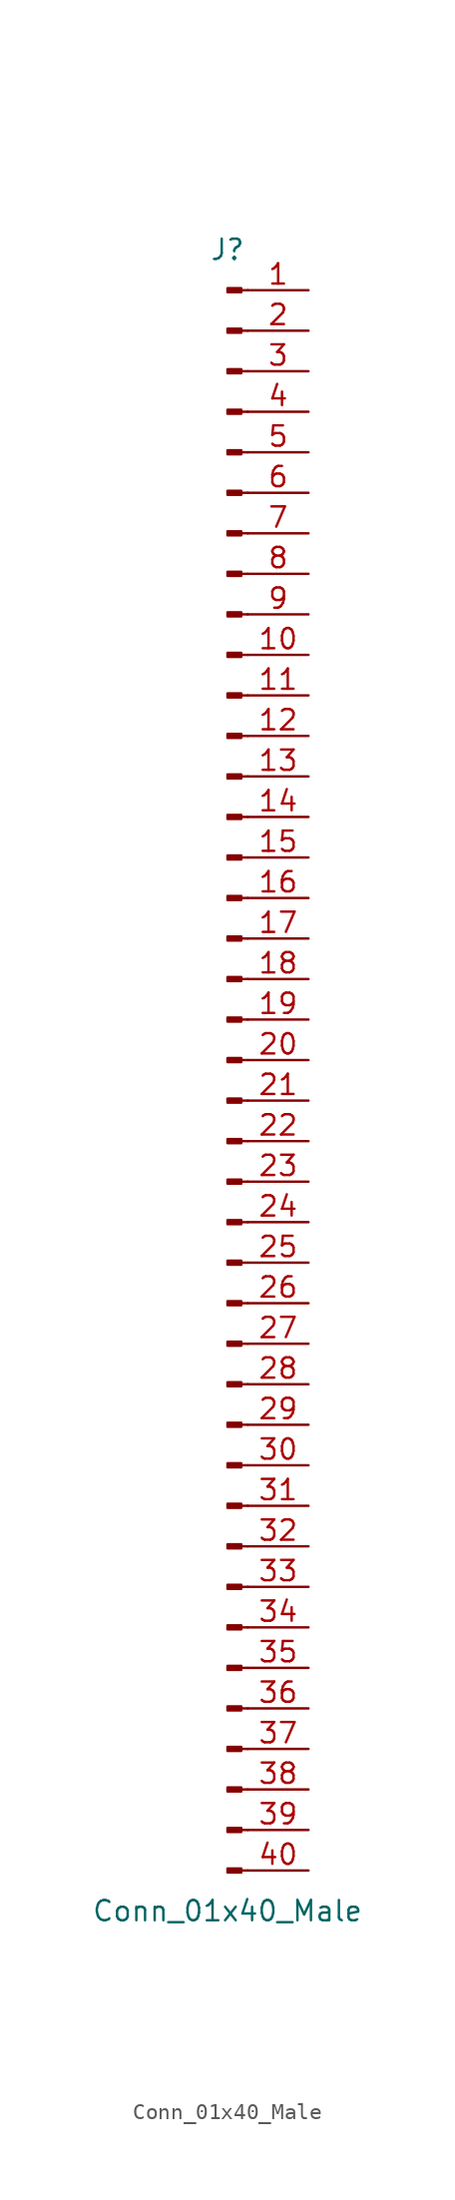
<source format=kicad_sym>
(kicad_symbol_lib
  (version 20220914)
  (generator kicad_symbol_editor)
  (symbol "Conn_01x40_Male"
    (pin_names
      (offset 1.016) hide)
    (property "Reference" "J"
      (at 0 50.8 0)
      (effects (font (size 1.27 1.27))))
    (property "Value" "Conn_01x40_Male"
      (at 0 -53.34 0)
      (effects (font (size 1.27 1.27))))
    (symbol "Conn_01x40_Male_1_1"
      (polyline (pts (xy 1.27 -50.8) (xy 0.864 -50.8)) (stroke (width 0.152) (type solid)) (fill (type none)))
      (polyline (pts (xy 1.27 -48.26) (xy 0.864 -48.26)) (stroke (width 0.152) (type solid)) (fill (type none)))
      (polyline (pts (xy 1.27 -45.72) (xy 0.864 -45.72)) (stroke (width 0.152) (type solid)) (fill (type none)))
      (polyline (pts (xy 1.27 -43.18) (xy 0.864 -43.18)) (stroke (width 0.152) (type solid)) (fill (type none)))
      (polyline (pts (xy 1.27 -40.64) (xy 0.864 -40.64)) (stroke (width 0.152) (type solid)) (fill (type none)))
      (polyline (pts (xy 1.27 -38.1) (xy 0.864 -38.1)) (stroke (width 0.152) (type solid)) (fill (type none)))
      (polyline (pts (xy 1.27 -35.56) (xy 0.864 -35.56)) (stroke (width 0.152) (type solid)) (fill (type none)))
      (polyline (pts (xy 1.27 -33.02) (xy 0.864 -33.02)) (stroke (width 0.152) (type solid)) (fill (type none)))
      (polyline (pts (xy 1.27 -30.48) (xy 0.864 -30.48)) (stroke (width 0.152) (type solid)) (fill (type none)))
      (polyline (pts (xy 1.27 -27.94) (xy 0.864 -27.94)) (stroke (width 0.152) (type solid)) (fill (type none)))
      (polyline (pts (xy 1.27 -25.4) (xy 0.864 -25.4)) (stroke (width 0.152) (type solid)) (fill (type none)))
      (polyline (pts (xy 1.27 -22.86) (xy 0.864 -22.86)) (stroke (width 0.152) (type solid)) (fill (type none)))
      (polyline (pts (xy 1.27 -20.32) (xy 0.864 -20.32)) (stroke (width 0.152) (type solid)) (fill (type none)))
      (polyline (pts (xy 1.27 -17.78) (xy 0.864 -17.78)) (stroke (width 0.152) (type solid)) (fill (type none)))
      (polyline (pts (xy 1.27 -15.24) (xy 0.864 -15.24)) (stroke (width 0.152) (type solid)) (fill (type none)))
      (polyline (pts (xy 1.27 -12.7) (xy 0.864 -12.7)) (stroke (width 0.152) (type solid)) (fill (type none)))
      (polyline (pts (xy 1.27 -10.16) (xy 0.864 -10.16)) (stroke (width 0.152) (type solid)) (fill (type none)))
      (polyline (pts (xy 1.27 -7.62) (xy 0.864 -7.62)) (stroke (width 0.152) (type solid)) (fill (type none)))
      (polyline (pts (xy 1.27 -5.08) (xy 0.864 -5.08)) (stroke (width 0.152) (type solid)) (fill (type none)))
      (polyline (pts (xy 1.27 -2.54) (xy 0.864 -2.54)) (stroke (width 0.152) (type solid)) (fill (type none)))
      (polyline (pts (xy 1.27 0) (xy 0.864 0)) (stroke (width 0.152) (type solid)) (fill (type none)))
      (polyline (pts (xy 1.27 2.54) (xy 0.864 2.54)) (stroke (width 0.152) (type solid)) (fill (type none)))
      (polyline (pts (xy 1.27 5.08) (xy 0.864 5.08)) (stroke (width 0.152) (type solid)) (fill (type none)))
      (polyline (pts (xy 1.27 7.62) (xy 0.864 7.62)) (stroke (width 0.152) (type solid)) (fill (type none)))
      (polyline (pts (xy 1.27 10.16) (xy 0.864 10.16)) (stroke (width 0.152) (type solid)) (fill (type none)))
      (polyline (pts (xy 1.27 12.7) (xy 0.864 12.7)) (stroke (width 0.152) (type solid)) (fill (type none)))
      (polyline (pts (xy 1.27 15.24) (xy 0.864 15.24)) (stroke (width 0.152) (type solid)) (fill (type none)))
      (polyline (pts (xy 1.27 17.78) (xy 0.864 17.78)) (stroke (width 0.152) (type solid)) (fill (type none)))
      (polyline (pts (xy 1.27 20.32) (xy 0.864 20.32)) (stroke (width 0.152) (type solid)) (fill (type none)))
      (polyline (pts (xy 1.27 22.86) (xy 0.864 22.86)) (stroke (width 0.152) (type solid)) (fill (type none)))
      (polyline (pts (xy 1.27 25.4) (xy 0.864 25.4)) (stroke (width 0.152) (type solid)) (fill (type none)))
      (polyline (pts (xy 1.27 27.94) (xy 0.864 27.94)) (stroke (width 0.152) (type solid)) (fill (type none)))
      (polyline (pts (xy 1.27 30.48) (xy 0.864 30.48)) (stroke (width 0.152) (type solid)) (fill (type none)))
      (polyline (pts (xy 1.27 33.02) (xy 0.864 33.02)) (stroke (width 0.152) (type solid)) (fill (type none)))
      (polyline (pts (xy 1.27 35.56) (xy 0.864 35.56)) (stroke (width 0.152) (type solid)) (fill (type none)))
      (polyline (pts (xy 1.27 38.1) (xy 0.864 38.1)) (stroke (width 0.152) (type solid)) (fill (type none)))
      (polyline (pts (xy 1.27 40.64) (xy 0.864 40.64)) (stroke (width 0.152) (type solid)) (fill (type none)))
      (polyline (pts (xy 1.27 43.18) (xy 0.864 43.18)) (stroke (width 0.152) (type solid)) (fill (type none)))
      (polyline (pts (xy 1.27 45.72) (xy 0.864 45.72)) (stroke (width 0.152) (type solid)) (fill (type none)))
      (polyline (pts (xy 1.27 48.26) (xy 0.864 48.26)) (stroke (width 0.152) (type solid)) (fill (type none)))
      (rectangle (start 0.864 -50.673) (end 0 -50.927) (stroke (width 0.152) (type solid)) (fill (type outline)))
      (rectangle (start 0.864 -48.133) (end 0 -48.387) (stroke (width 0.152) (type solid)) (fill (type outline)))
      (rectangle (start 0.864 -45.593) (end 0 -45.847) (stroke (width 0.152) (type solid)) (fill (type outline)))
      (rectangle (start 0.864 -43.053) (end 0 -43.307) (stroke (width 0.152) (type solid)) (fill (type outline)))
      (rectangle (start 0.864 -40.513) (end 0 -40.767) (stroke (width 0.152) (type solid)) (fill (type outline)))
      (rectangle (start 0.864 -37.973) (end 0 -38.227) (stroke (width 0.152) (type solid)) (fill (type outline)))
      (rectangle (start 0.864 -35.433) (end 0 -35.687) (stroke (width 0.152) (type solid)) (fill (type outline)))
      (rectangle (start 0.864 -32.893) (end 0 -33.147) (stroke (width 0.152) (type solid)) (fill (type outline)))
      (rectangle (start 0.864 -30.353) (end 0 -30.607) (stroke (width 0.152) (type solid)) (fill (type outline)))
      (rectangle (start 0.864 -27.813) (end 0 -28.067) (stroke (width 0.152) (type solid)) (fill (type outline)))
      (rectangle (start 0.864 -25.273) (end 0 -25.527) (stroke (width 0.152) (type solid)) (fill (type outline)))
      (rectangle (start 0.864 -22.733) (end 0 -22.987) (stroke (width 0.152) (type solid)) (fill (type outline)))
      (rectangle (start 0.864 -20.193) (end 0 -20.447) (stroke (width 0.152) (type solid)) (fill (type outline)))
      (rectangle (start 0.864 -17.653) (end 0 -17.907) (stroke (width 0.152) (type solid)) (fill (type outline)))
      (rectangle (start 0.864 -15.113) (end 0 -15.367) (stroke (width 0.152) (type solid)) (fill (type outline)))
      (rectangle (start 0.864 -12.573) (end 0 -12.827) (stroke (width 0.152) (type solid)) (fill (type outline)))
      (rectangle (start 0.864 -10.033) (end 0 -10.287) (stroke (width 0.152) (type solid)) (fill (type outline)))
      (rectangle (start 0.864 -7.493) (end 0 -7.747) (stroke (width 0.152) (type solid)) (fill (type outline)))
      (rectangle (start 0.864 -4.953) (end 0 -5.207) (stroke (width 0.152) (type solid)) (fill (type outline)))
      (rectangle (start 0.864 -2.413) (end 0 -2.667) (stroke (width 0.152) (type solid)) (fill (type outline)))
      (rectangle (start 0.864 0.127) (end 0 -0.127) (stroke (width 0.152) (type solid)) (fill (type outline)))
      (rectangle (start 0.864 2.667) (end 0 2.413) (stroke (width 0.152) (type solid)) (fill (type outline)))
      (rectangle (start 0.864 5.207) (end 0 4.953) (stroke (width 0.152) (type solid)) (fill (type outline)))
      (rectangle (start 0.864 7.747) (end 0 7.493) (stroke (width 0.152) (type solid)) (fill (type outline)))
      (rectangle (start 0.864 10.287) (end 0 10.033) (stroke (width 0.152) (type solid)) (fill (type outline)))
      (rectangle (start 0.864 12.827) (end 0 12.573) (stroke (width 0.152) (type solid)) (fill (type outline)))
      (rectangle (start 0.864 15.367) (end 0 15.113) (stroke (width 0.152) (type solid)) (fill (type outline)))
      (rectangle (start 0.864 17.907) (end 0 17.653) (stroke (width 0.152) (type solid)) (fill (type outline)))
      (rectangle (start 0.864 20.447) (end 0 20.193) (stroke (width 0.152) (type solid)) (fill (type outline)))
      (rectangle (start 0.864 22.987) (end 0 22.733) (stroke (width 0.152) (type solid)) (fill (type outline)))
      (rectangle (start 0.864 25.527) (end 0 25.273) (stroke (width 0.152) (type solid)) (fill (type outline)))
      (rectangle (start 0.864 28.067) (end 0 27.813) (stroke (width 0.152) (type solid)) (fill (type outline)))
      (rectangle (start 0.864 30.607) (end 0 30.353) (stroke (width 0.152) (type solid)) (fill (type outline)))
      (rectangle (start 0.864 33.147) (end 0 32.893) (stroke (width 0.152) (type solid)) (fill (type outline)))
      (rectangle (start 0.864 35.687) (end 0 35.433) (stroke (width 0.152) (type solid)) (fill (type outline)))
      (rectangle (start 0.864 38.227) (end 0 37.973) (stroke (width 0.152) (type solid)) (fill (type outline)))
      (rectangle (start 0.864 40.767) (end 0 40.513) (stroke (width 0.152) (type solid)) (fill (type outline)))
      (rectangle (start 0.864 43.307) (end 0 43.053) (stroke (width 0.152) (type solid)) (fill (type outline)))
      (rectangle (start 0.864 45.847) (end 0 45.593) (stroke (width 0.152) (type solid)) (fill (type outline)))
      (rectangle (start 0.864 48.387) (end 0 48.133) (stroke (width 0.152) (type solid)) (fill (type outline)))
      (pin passive line (at 5.08 48.26 180) (length 3.81) (name "Pin_1" (effects (font (size 1.27 1.27)))) (number "1" (effects (font (size 1.27 1.27)))))
      (pin passive line (at 5.08 25.4 180) (length 3.81) (name "Pin_10" (effects (font (size 1.27 1.27)))) (number "10" (effects (font (size 1.27 1.27)))))
      (pin passive line (at 5.08 22.86 180) (length 3.81) (name "Pin_11" (effects (font (size 1.27 1.27)))) (number "11" (effects (font (size 1.27 1.27)))))
      (pin passive line (at 5.08 20.32 180) (length 3.81) (name "Pin_12" (effects (font (size 1.27 1.27)))) (number "12" (effects (font (size 1.27 1.27)))))
      (pin passive line (at 5.08 17.78 180) (length 3.81) (name "Pin_13" (effects (font (size 1.27 1.27)))) (number "13" (effects (font (size 1.27 1.27)))))
      (pin passive line (at 5.08 15.24 180) (length 3.81) (name "Pin_14" (effects (font (size 1.27 1.27)))) (number "14" (effects (font (size 1.27 1.27)))))
      (pin passive line (at 5.08 12.7 180) (length 3.81) (name "Pin_15" (effects (font (size 1.27 1.27)))) (number "15" (effects (font (size 1.27 1.27)))))
      (pin passive line (at 5.08 10.16 180) (length 3.81) (name "Pin_16" (effects (font (size 1.27 1.27)))) (number "16" (effects (font (size 1.27 1.27)))))
      (pin passive line (at 5.08 7.62 180) (length 3.81) (name "Pin_17" (effects (font (size 1.27 1.27)))) (number "17" (effects (font (size 1.27 1.27)))))
      (pin passive line (at 5.08 5.08 180) (length 3.81) (name "Pin_18" (effects (font (size 1.27 1.27)))) (number "18" (effects (font (size 1.27 1.27)))))
      (pin passive line (at 5.08 2.54 180) (length 3.81) (name "Pin_19" (effects (font (size 1.27 1.27)))) (number "19" (effects (font (size 1.27 1.27)))))
      (pin passive line (at 5.08 45.72 180) (length 3.81) (name "Pin_2" (effects (font (size 1.27 1.27)))) (number "2" (effects (font (size 1.27 1.27)))))
      (pin passive line (at 5.08 0 180) (length 3.81) (name "Pin_20" (effects (font (size 1.27 1.27)))) (number "20" (effects (font (size 1.27 1.27)))))
      (pin passive line (at 5.08 -2.54 180) (length 3.81) (name "Pin_21" (effects (font (size 1.27 1.27)))) (number "21" (effects (font (size 1.27 1.27)))))
      (pin passive line (at 5.08 -5.08 180) (length 3.81) (name "Pin_22" (effects (font (size 1.27 1.27)))) (number "22" (effects (font (size 1.27 1.27)))))
      (pin passive line (at 5.08 -7.62 180) (length 3.81) (name "Pin_23" (effects (font (size 1.27 1.27)))) (number "23" (effects (font (size 1.27 1.27)))))
      (pin passive line (at 5.08 -10.16 180) (length 3.81) (name "Pin_24" (effects (font (size 1.27 1.27)))) (number "24" (effects (font (size 1.27 1.27)))))
      (pin passive line (at 5.08 -12.7 180) (length 3.81) (name "Pin_25" (effects (font (size 1.27 1.27)))) (number "25" (effects (font (size 1.27 1.27)))))
      (pin passive line (at 5.08 -15.24 180) (length 3.81) (name "Pin_26" (effects (font (size 1.27 1.27)))) (number "26" (effects (font (size 1.27 1.27)))))
      (pin passive line (at 5.08 -17.78 180) (length 3.81) (name "Pin_27" (effects (font (size 1.27 1.27)))) (number "27" (effects (font (size 1.27 1.27)))))
      (pin passive line (at 5.08 -20.32 180) (length 3.81) (name "Pin_28" (effects (font (size 1.27 1.27)))) (number "28" (effects (font (size 1.27 1.27)))))
      (pin passive line (at 5.08 -22.86 180) (length 3.81) (name "Pin_29" (effects (font (size 1.27 1.27)))) (number "29" (effects (font (size 1.27 1.27)))))
      (pin passive line (at 5.08 43.18 180) (length 3.81) (name "Pin_3" (effects (font (size 1.27 1.27)))) (number "3" (effects (font (size 1.27 1.27)))))
      (pin passive line (at 5.08 -25.4 180) (length 3.81) (name "Pin_30" (effects (font (size 1.27 1.27)))) (number "30" (effects (font (size 1.27 1.27)))))
      (pin passive line (at 5.08 -27.94 180) (length 3.81) (name "Pin_31" (effects (font (size 1.27 1.27)))) (number "31" (effects (font (size 1.27 1.27)))))
      (pin passive line (at 5.08 -30.48 180) (length 3.81) (name "Pin_32" (effects (font (size 1.27 1.27)))) (number "32" (effects (font (size 1.27 1.27)))))
      (pin passive line (at 5.08 -33.02 180) (length 3.81) (name "Pin_33" (effects (font (size 1.27 1.27)))) (number "33" (effects (font (size 1.27 1.27)))))
      (pin passive line (at 5.08 -35.56 180) (length 3.81) (name "Pin_34" (effects (font (size 1.27 1.27)))) (number "34" (effects (font (size 1.27 1.27)))))
      (pin passive line (at 5.08 -38.1 180) (length 3.81) (name "Pin_35" (effects (font (size 1.27 1.27)))) (number "35" (effects (font (size 1.27 1.27)))))
      (pin passive line (at 5.08 -40.64 180) (length 3.81) (name "Pin_36" (effects (font (size 1.27 1.27)))) (number "36" (effects (font (size 1.27 1.27)))))
      (pin passive line (at 5.08 -43.18 180) (length 3.81) (name "Pin_37" (effects (font (size 1.27 1.27)))) (number "37" (effects (font (size 1.27 1.27)))))
      (pin passive line (at 5.08 -45.72 180) (length 3.81) (name "Pin_38" (effects (font (size 1.27 1.27)))) (number "38" (effects (font (size 1.27 1.27)))))
      (pin passive line (at 5.08 -48.26 180) (length 3.81) (name "Pin_39" (effects (font (size 1.27 1.27)))) (number "39" (effects (font (size 1.27 1.27)))))
      (pin passive line (at 5.08 40.64 180) (length 3.81) (name "Pin_4" (effects (font (size 1.27 1.27)))) (number "4" (effects (font (size 1.27 1.27)))))
      (pin passive line (at 5.08 -50.8 180) (length 3.81) (name "Pin_40" (effects (font (size 1.27 1.27)))) (number "40" (effects (font (size 1.27 1.27)))))
      (pin passive line (at 5.08 38.1 180) (length 3.81) (name "Pin_5" (effects (font (size 1.27 1.27)))) (number "5" (effects (font (size 1.27 1.27)))))
      (pin passive line (at 5.08 35.56 180) (length 3.81) (name "Pin_6" (effects (font (size 1.27 1.27)))) (number "6" (effects (font (size 1.27 1.27)))))
      (pin passive line (at 5.08 33.02 180) (length 3.81) (name "Pin_7" (effects (font (size 1.27 1.27)))) (number "7" (effects (font (size 1.27 1.27)))))
      (pin passive line (at 5.08 30.48 180) (length 3.81) (name "Pin_8" (effects (font (size 1.27 1.27)))) (number "8" (effects (font (size 1.27 1.27)))))
      (pin passive line (at 5.08 27.94 180) (length 3.81) (name "Pin_9" (effects (font (size 1.27 1.27)))) (number "9" (effects (font (size 1.27 1.27))))))))
</source>
